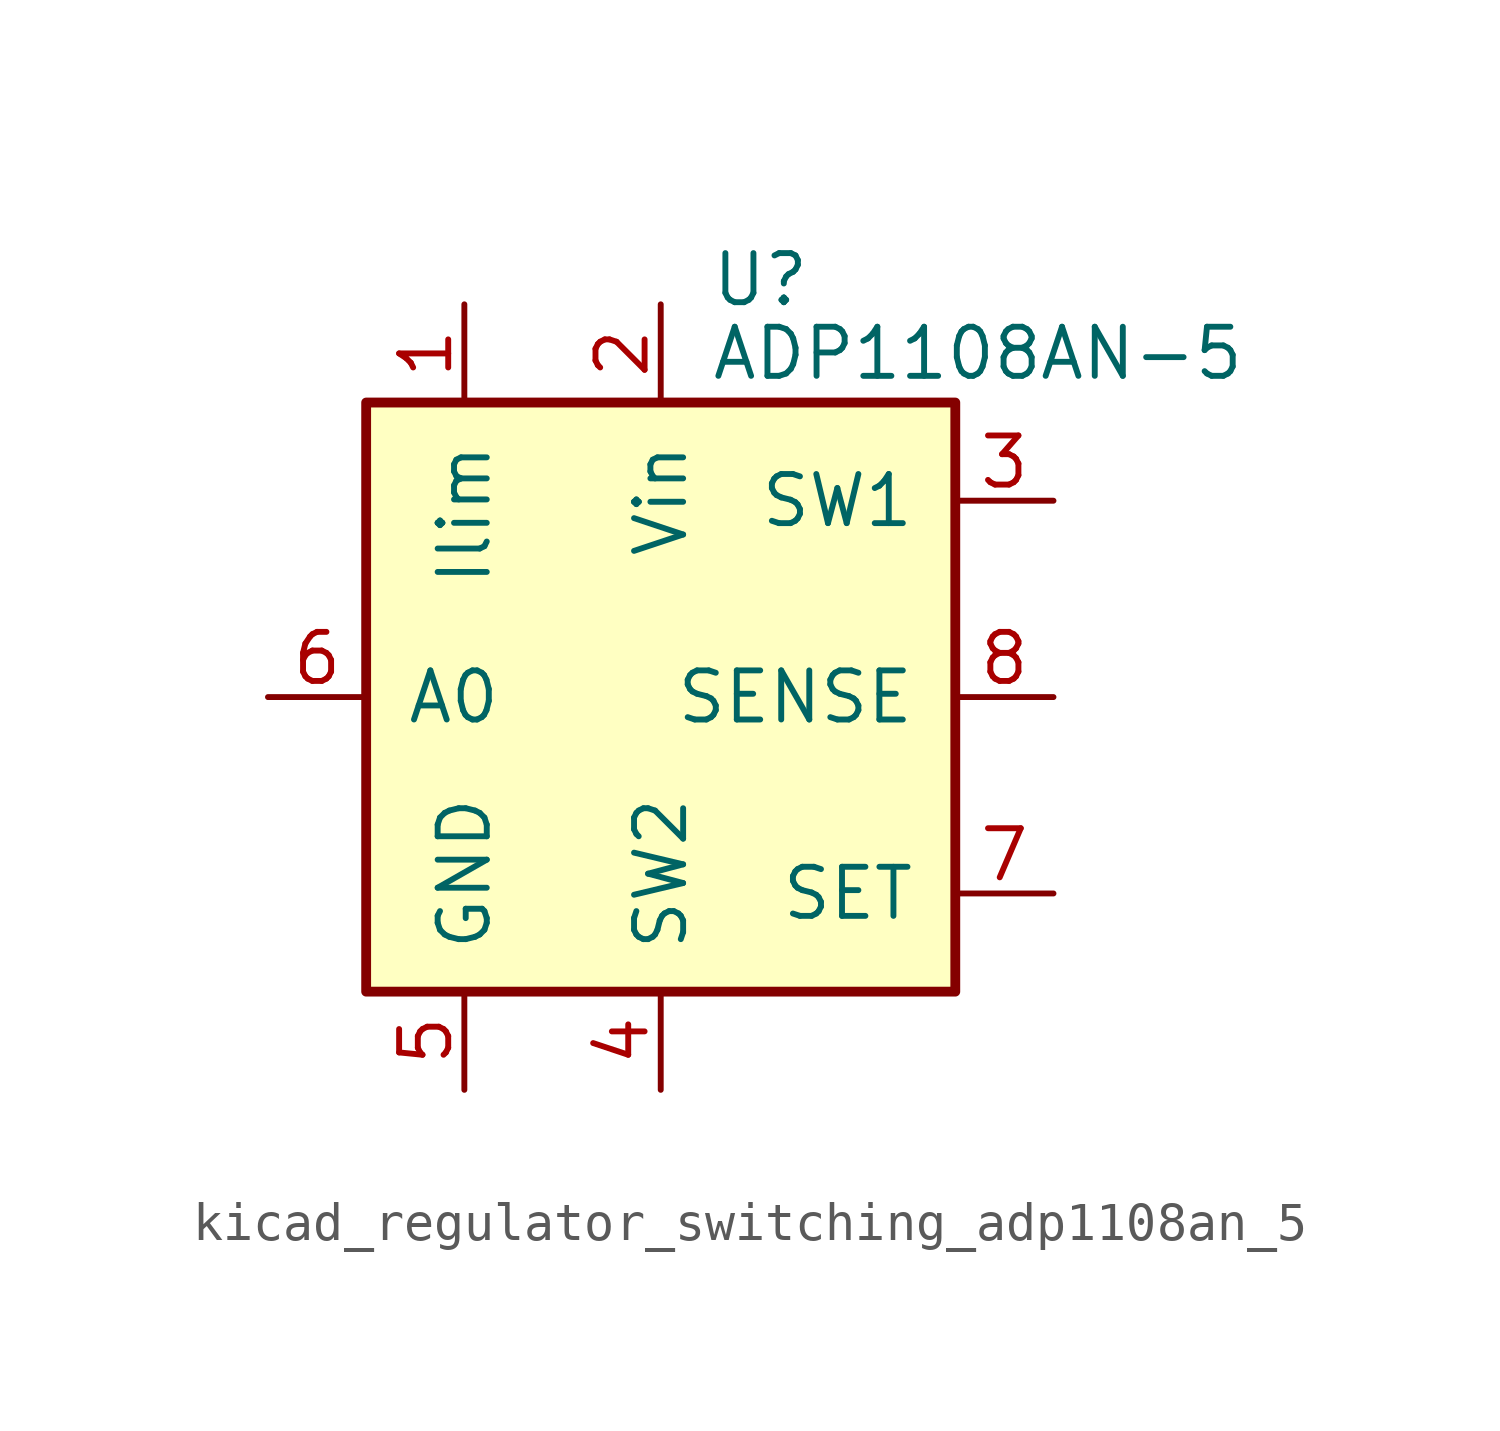
<source format=kicad_sym>
(kicad_symbol_lib
  (version 20220914)
  (generator kicad_symbol_editor)
  (symbol "kicad_regulator_switching_adp1108an_5"
    (pin_names
      (offset 1.016))
    (property "Reference" "U"
      (at 1.27 10.795 0)
      (effects (font (size 1.27 1.27)) (justify left)))
    (property "Value" "ADP1108AN-5"
      (at 1.27 8.89 0)
      (effects (font (size 1.27 1.27)) (justify left)))
    (symbol "kicad_regulator_switching_adp1108an_5_0_1"
      (rectangle (start -7.62 7.62) (end 7.62 -7.62) (stroke (width 0.254) (type default)) (fill (type background))))
    (symbol "kicad_regulator_switching_adp1108an_5_1_1"
      (pin input line (at -5.08 10.16 270) (length 2.54) (name "Ilim" (effects (font (size 1.27 1.27)))) (number "1" (effects (font (size 1.27 1.27)))))
      (pin power_in line (at 0 10.16 270) (length 2.54) (name "Vin" (effects (font (size 1.27 1.27)))) (number "2" (effects (font (size 1.27 1.27)))))
      (pin input line (at 10.16 5.08 180) (length 2.54) (name "SW1" (effects (font (size 1.27 1.27)))) (number "3" (effects (font (size 1.27 1.27)))))
      (pin input line (at 0 -10.16 90) (length 2.54) (name "SW2" (effects (font (size 1.27 1.27)))) (number "4" (effects (font (size 1.27 1.27)))))
      (pin power_in line (at -5.08 -10.16 90) (length 2.54) (name "GND" (effects (font (size 1.27 1.27)))) (number "5" (effects (font (size 1.27 1.27)))))
      (pin output line (at -10.16 0 0) (length 2.54) (name "A0" (effects (font (size 1.27 1.27)))) (number "6" (effects (font (size 1.27 1.27)))))
      (pin input line (at 10.16 -5.08 180) (length 2.54) (name "SET" (effects (font (size 1.27 1.27)))) (number "7" (effects (font (size 1.27 1.27)))))
      (pin input line (at 10.16 0 180) (length 2.54) (name "SENSE" (effects (font (size 1.27 1.27)))) (number "8" (effects (font (size 1.27 1.27))))))))
</source>
